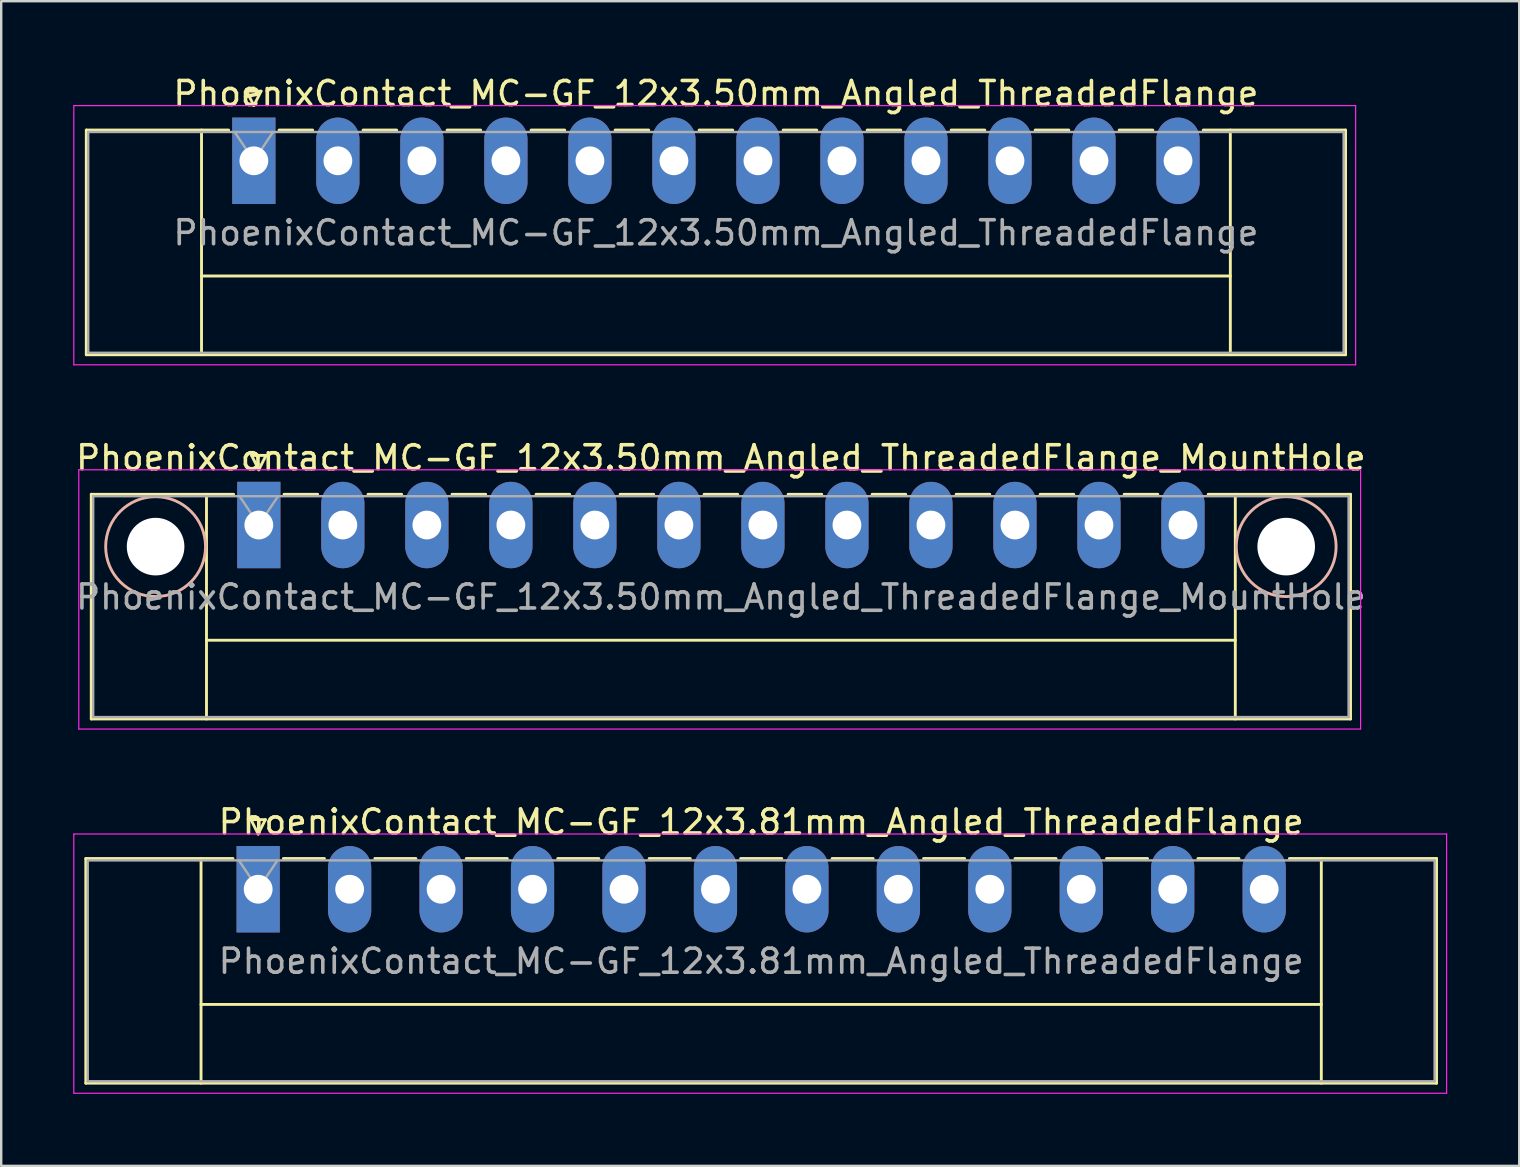
<source format=kicad_pcb>
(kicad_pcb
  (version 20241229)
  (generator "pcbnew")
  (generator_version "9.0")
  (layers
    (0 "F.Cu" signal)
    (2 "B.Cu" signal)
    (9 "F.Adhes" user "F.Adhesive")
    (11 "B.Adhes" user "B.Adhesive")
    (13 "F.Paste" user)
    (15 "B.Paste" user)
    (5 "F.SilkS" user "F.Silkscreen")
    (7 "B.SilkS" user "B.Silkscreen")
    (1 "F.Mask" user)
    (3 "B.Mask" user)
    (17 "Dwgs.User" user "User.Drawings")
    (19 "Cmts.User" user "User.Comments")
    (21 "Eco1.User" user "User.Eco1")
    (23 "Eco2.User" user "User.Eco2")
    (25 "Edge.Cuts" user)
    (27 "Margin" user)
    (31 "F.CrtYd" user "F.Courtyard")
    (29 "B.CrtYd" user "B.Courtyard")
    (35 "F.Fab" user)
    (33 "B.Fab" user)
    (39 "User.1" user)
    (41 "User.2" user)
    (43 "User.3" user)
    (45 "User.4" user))
  (footprint "PhoenixContact_MC-GF_12x3.81mm_Angled_ThreadedFlange"
    (layer "F.Cu")
    (at 7.705 33.995)
    (property "Reference" "PhoenixContact_MC-GF_12x3.81mm_Angled_ThreadedFlange" (at 20.955 -2.8 0) (layer "F.SilkS") (effects (font (size 1 1) (thickness 0.15))))
    (attr through_hole)
    (fp_line (start -7.18 -1.28) (end -7.18 8.08) (stroke (width 0.12) (type solid)) (layer "F.SilkS"))
    (fp_line (start -7.18 -1.28) (end -1.05 -1.28) (stroke (width 0.12) (type solid)) (layer "F.SilkS"))
    (fp_line (start -7.18 8.08) (end 49.09 8.08) (stroke (width 0.12) (type solid)) (layer "F.SilkS"))
    (fp_line (start -2.38 -1.28) (end -2.38 8.08) (stroke (width 0.12) (type solid)) (layer "F.SilkS"))
    (fp_line (start -2.38 4.8) (end 44.29 4.8) (stroke (width 0.12) (type solid)) (layer "F.SilkS"))
    (fp_line (start -0.3 -2.9) (end 0.3 -2.9) (stroke (width 0.12) (type solid)) (layer "F.SilkS"))
    (fp_line (start 0 -2.3) (end -0.3 -2.9) (stroke (width 0.12) (type solid)) (layer "F.SilkS"))
    (fp_line (start 0.3 -2.9) (end 0 -2.3) (stroke (width 0.12) (type solid)) (layer "F.SilkS"))
    (fp_line (start 1.05 -1.28) (end 2.76 -1.28) (stroke (width 0.12) (type solid)) (layer "F.SilkS"))
    (fp_line (start 4.86 -1.28) (end 6.57 -1.28) (stroke (width 0.12) (type solid)) (layer "F.SilkS"))
    (fp_line (start 8.67 -1.28) (end 10.38 -1.28) (stroke (width 0.12) (type solid)) (layer "F.SilkS"))
    (fp_line (start 12.48 -1.28) (end 14.19 -1.28) (stroke (width 0.12) (type solid)) (layer "F.SilkS"))
    (fp_line (start 16.29 -1.28) (end 18 -1.28) (stroke (width 0.12) (type solid)) (layer "F.SilkS"))
    (fp_line (start 20.1 -1.28) (end 21.81 -1.28) (stroke (width 0.12) (type solid)) (layer "F.SilkS"))
    (fp_line (start 23.91 -1.28) (end 25.62 -1.28) (stroke (width 0.12) (type solid)) (layer "F.SilkS"))
    (fp_line (start 27.72 -1.28) (end 29.43 -1.28) (stroke (width 0.12) (type solid)) (layer "F.SilkS"))
    (fp_line (start 31.53 -1.28) (end 33.24 -1.28) (stroke (width 0.12) (type solid)) (layer "F.SilkS"))
    (fp_line (start 35.34 -1.28) (end 37.05 -1.28) (stroke (width 0.12) (type solid)) (layer "F.SilkS"))
    (fp_line (start 39.15 -1.28) (end 40.86 -1.28) (stroke (width 0.12) (type solid)) (layer "F.SilkS"))
    (fp_line (start 44.29 -1.28) (end 44.29 8.08) (stroke (width 0.12) (type solid)) (layer "F.SilkS"))
    (fp_line (start 49.09 -1.28) (end 42.96 -1.28) (stroke (width 0.12) (type solid)) (layer "F.SilkS"))
    (fp_line (start 49.09 8.08) (end 49.09 -1.28) (stroke (width 0.12) (type solid)) (layer "F.SilkS"))
    (fp_line (start -7.68 -2.3) (end -7.68 8.5) (stroke (width 0.05) (type solid)) (layer "F.CrtYd"))
    (fp_line (start -7.68 8.5) (end 49.51 8.5) (stroke (width 0.05) (type solid)) (layer "F.CrtYd"))
    (fp_line (start 49.51 -2.3) (end -7.68 -2.3) (stroke (width 0.05) (type solid)) (layer "F.CrtYd"))
    (fp_line (start 49.51 8.5) (end 49.51 -2.3) (stroke (width 0.05) (type solid)) (layer "F.CrtYd"))
    (fp_line (start -7.1 -1.2) (end -7.1 8) (stroke (width 0.1) (type solid)) (layer "F.Fab"))
    (fp_line (start -7.1 8) (end 49.01 8) (stroke (width 0.1) (type solid)) (layer "F.Fab"))
    (fp_line (start 0 0) (end -0.8 -1.2) (stroke (width 0.1) (type solid)) (layer "F.Fab"))
    (fp_line (start 0.8 -1.2) (end 0 0) (stroke (width 0.1) (type solid)) (layer "F.Fab"))
    (fp_line (start 49.01 -1.2) (end -7.1 -1.2) (stroke (width 0.1) (type solid)) (layer "F.Fab"))
    (fp_line (start 49.01 8) (end 49.01 -1.2) (stroke (width 0.1) (type solid)) (layer "F.Fab"))
    (fp_text user "${REFERENCE}" (at 20.955 3 0) (layer "F.Fab") (effects (font (size 1 1) (thickness 0.15))))
    (pad "1" thru_hole rect (at 0 0) (size 1.8 3.6) (drill 1.2) (layers "*.Cu" "*.Mask"))
    (pad "2" thru_hole oval (at 3.81 0) (size 1.8 3.6) (drill 1.2) (layers "*.Cu" "*.Mask"))
    (pad "3" thru_hole oval (at 7.62 0) (size 1.8 3.6) (drill 1.2) (layers "*.Cu" "*.Mask"))
    (pad "4" thru_hole oval (at 11.43 0) (size 1.8 3.6) (drill 1.2) (layers "*.Cu" "*.Mask"))
    (pad "5" thru_hole oval (at 15.24 0) (size 1.8 3.6) (drill 1.2) (layers "*.Cu" "*.Mask"))
    (pad "6" thru_hole oval (at 19.05 0) (size 1.8 3.6) (drill 1.2) (layers "*.Cu" "*.Mask"))
    (pad "7" thru_hole oval (at 22.86 0) (size 1.8 3.6) (drill 1.2) (layers "*.Cu" "*.Mask"))
    (pad "8" thru_hole oval (at 26.67 0) (size 1.8 3.6) (drill 1.2) (layers "*.Cu" "*.Mask"))
    (pad "9" thru_hole oval (at 30.48 0) (size 1.8 3.6) (drill 1.2) (layers "*.Cu" "*.Mask"))
    (pad "10" thru_hole oval (at 34.29 0) (size 1.8 3.6) (drill 1.2) (layers "*.Cu" "*.Mask"))
    (pad "11" thru_hole oval (at 38.1 0) (size 1.8 3.6) (drill 1.2) (layers "*.Cu" "*.Mask"))
    (pad "12" thru_hole oval (at 41.91 0) (size 1.8 3.6) (drill 1.2) (layers "*.Cu" "*.Mask")))
  (footprint "PhoenixContact_MC-GF_12x3.50mm_Angled_ThreadedFlange"
    (layer "F.Cu")
    (at 7.525 3.648)
    (property "Reference" "PhoenixContact_MC-GF_12x3.50mm_Angled_ThreadedFlange" (at 19.25 -2.8 0) (layer "F.SilkS") (effects (font (size 1 1) (thickness 0.15))))
    (attr through_hole)
    (fp_line (start -6.98 -1.28) (end -6.98 8.08) (stroke (width 0.12) (type solid)) (layer "F.SilkS"))
    (fp_line (start -6.98 -1.28) (end -1.05 -1.28) (stroke (width 0.12) (type solid)) (layer "F.SilkS"))
    (fp_line (start -6.98 8.08) (end 45.48 8.08) (stroke (width 0.12) (type solid)) (layer "F.SilkS"))
    (fp_line (start -2.18 -1.28) (end -2.18 8.08) (stroke (width 0.12) (type solid)) (layer "F.SilkS"))
    (fp_line (start -2.18 4.8) (end 40.68 4.8) (stroke (width 0.12) (type solid)) (layer "F.SilkS"))
    (fp_line (start -0.3 -2.9) (end 0.3 -2.9) (stroke (width 0.12) (type solid)) (layer "F.SilkS"))
    (fp_line (start 0 -2.3) (end -0.3 -2.9) (stroke (width 0.12) (type solid)) (layer "F.SilkS"))
    (fp_line (start 0.3 -2.9) (end 0 -2.3) (stroke (width 0.12) (type solid)) (layer "F.SilkS"))
    (fp_line (start 1.05 -1.28) (end 2.45 -1.28) (stroke (width 0.12) (type solid)) (layer "F.SilkS"))
    (fp_line (start 4.55 -1.28) (end 5.95 -1.28) (stroke (width 0.12) (type solid)) (layer "F.SilkS"))
    (fp_line (start 8.05 -1.28) (end 9.45 -1.28) (stroke (width 0.12) (type solid)) (layer "F.SilkS"))
    (fp_line (start 11.55 -1.28) (end 12.95 -1.28) (stroke (width 0.12) (type solid)) (layer "F.SilkS"))
    (fp_line (start 15.05 -1.28) (end 16.45 -1.28) (stroke (width 0.12) (type solid)) (layer "F.SilkS"))
    (fp_line (start 18.55 -1.28) (end 19.95 -1.28) (stroke (width 0.12) (type solid)) (layer "F.SilkS"))
    (fp_line (start 22.05 -1.28) (end 23.45 -1.28) (stroke (width 0.12) (type solid)) (layer "F.SilkS"))
    (fp_line (start 25.55 -1.28) (end 26.95 -1.28) (stroke (width 0.12) (type solid)) (layer "F.SilkS"))
    (fp_line (start 29.05 -1.28) (end 30.45 -1.28) (stroke (width 0.12) (type solid)) (layer "F.SilkS"))
    (fp_line (start 32.55 -1.28) (end 33.95 -1.28) (stroke (width 0.12) (type solid)) (layer "F.SilkS"))
    (fp_line (start 36.05 -1.28) (end 37.45 -1.28) (stroke (width 0.12) (type solid)) (layer "F.SilkS"))
    (fp_line (start 40.68 -1.28) (end 40.68 8.08) (stroke (width 0.12) (type solid)) (layer "F.SilkS"))
    (fp_line (start 45.48 -1.28) (end 39.55 -1.28) (stroke (width 0.12) (type solid)) (layer "F.SilkS"))
    (fp_line (start 45.48 8.08) (end 45.48 -1.28) (stroke (width 0.12) (type solid)) (layer "F.SilkS"))
    (fp_line (start -7.5 -2.3) (end -7.5 8.5) (stroke (width 0.05) (type solid)) (layer "F.CrtYd"))
    (fp_line (start -7.5 8.5) (end 45.9 8.5) (stroke (width 0.05) (type solid)) (layer "F.CrtYd"))
    (fp_line (start 45.9 -2.3) (end -7.5 -2.3) (stroke (width 0.05) (type solid)) (layer "F.CrtYd"))
    (fp_line (start 45.9 8.5) (end 45.9 -2.3) (stroke (width 0.05) (type solid)) (layer "F.CrtYd"))
    (fp_line (start -6.9 -1.2) (end -6.9 8) (stroke (width 0.1) (type solid)) (layer "F.Fab"))
    (fp_line (start -6.9 8) (end 45.4 8) (stroke (width 0.1) (type solid)) (layer "F.Fab"))
    (fp_line (start 0 0) (end -0.8 -1.2) (stroke (width 0.1) (type solid)) (layer "F.Fab"))
    (fp_line (start 0.8 -1.2) (end 0 0) (stroke (width 0.1) (type solid)) (layer "F.Fab"))
    (fp_line (start 45.4 -1.2) (end -6.9 -1.2) (stroke (width 0.1) (type solid)) (layer "F.Fab"))
    (fp_line (start 45.4 8) (end 45.4 -1.2) (stroke (width 0.1) (type solid)) (layer "F.Fab"))
    (fp_text user "${REFERENCE}" (at 19.25 3 0) (layer "F.Fab") (effects (font (size 1 1) (thickness 0.15))))
    (pad "1" thru_hole rect (at 0 0) (size 1.8 3.6) (drill 1.2) (layers "*.Cu" "*.Mask"))
    (pad "2" thru_hole oval (at 3.5 0) (size 1.8 3.6) (drill 1.2) (layers "*.Cu" "*.Mask"))
    (pad "3" thru_hole oval (at 7 0) (size 1.8 3.6) (drill 1.2) (layers "*.Cu" "*.Mask"))
    (pad "4" thru_hole oval (at 10.5 0) (size 1.8 3.6) (drill 1.2) (layers "*.Cu" "*.Mask"))
    (pad "5" thru_hole oval (at 14 0) (size 1.8 3.6) (drill 1.2) (layers "*.Cu" "*.Mask"))
    (pad "6" thru_hole oval (at 17.5 0) (size 1.8 3.6) (drill 1.2) (layers "*.Cu" "*.Mask"))
    (pad "7" thru_hole oval (at 21 0) (size 1.8 3.6) (drill 1.2) (layers "*.Cu" "*.Mask"))
    (pad "8" thru_hole oval (at 24.5 0) (size 1.8 3.6) (drill 1.2) (layers "*.Cu" "*.Mask"))
    (pad "9" thru_hole oval (at 28 0) (size 1.8 3.6) (drill 1.2) (layers "*.Cu" "*.Mask"))
    (pad "10" thru_hole oval (at 31.5 0) (size 1.8 3.6) (drill 1.2) (layers "*.Cu" "*.Mask"))
    (pad "11" thru_hole oval (at 35 0) (size 1.8 3.6) (drill 1.2) (layers "*.Cu" "*.Mask"))
    (pad "12" thru_hole oval (at 38.5 0) (size 1.8 3.6) (drill 1.2) (layers "*.Cu" "*.Mask")))
  (footprint "PhoenixContact_MC-GF_12x3.50mm_Angled_ThreadedFlange_MountHole"
    (layer "F.Cu")
    (at 7.732 18.822)
    (property "Reference" "PhoenixContact_MC-GF_12x3.50mm_Angled_ThreadedFlange_MountHole" (at 19.25 -2.8 0) (layer "F.SilkS") (effects (font (size 1 1) (thickness 0.15))))
    (attr through_hole)
    (fp_line (start -6.98 -1.28) (end -6.98 8.08) (stroke (width 0.12) (type solid)) (layer "F.SilkS"))
    (fp_line (start -6.98 -1.28) (end -1.05 -1.28) (stroke (width 0.12) (type solid)) (layer "F.SilkS"))
    (fp_line (start -6.98 8.08) (end 45.48 8.08) (stroke (width 0.12) (type solid)) (layer "F.SilkS"))
    (fp_line (start -2.18 -1.28) (end -2.18 8.08) (stroke (width 0.12) (type solid)) (layer "F.SilkS"))
    (fp_line (start -2.18 4.8) (end 40.68 4.8) (stroke (width 0.12) (type solid)) (layer "F.SilkS"))
    (fp_line (start -0.3 -2.9) (end 0.3 -2.9) (stroke (width 0.12) (type solid)) (layer "F.SilkS"))
    (fp_line (start 0 -2.3) (end -0.3 -2.9) (stroke (width 0.12) (type solid)) (layer "F.SilkS"))
    (fp_line (start 0.3 -2.9) (end 0 -2.3) (stroke (width 0.12) (type solid)) (layer "F.SilkS"))
    (fp_line (start 1.05 -1.28) (end 2.45 -1.28) (stroke (width 0.12) (type solid)) (layer "F.SilkS"))
    (fp_line (start 4.55 -1.28) (end 5.95 -1.28) (stroke (width 0.12) (type solid)) (layer "F.SilkS"))
    (fp_line (start 8.05 -1.28) (end 9.45 -1.28) (stroke (width 0.12) (type solid)) (layer "F.SilkS"))
    (fp_line (start 11.55 -1.28) (end 12.95 -1.28) (stroke (width 0.12) (type solid)) (layer "F.SilkS"))
    (fp_line (start 15.05 -1.28) (end 16.45 -1.28) (stroke (width 0.12) (type solid)) (layer "F.SilkS"))
    (fp_line (start 18.55 -1.28) (end 19.95 -1.28) (stroke (width 0.12) (type solid)) (layer "F.SilkS"))
    (fp_line (start 22.05 -1.28) (end 23.45 -1.28) (stroke (width 0.12) (type solid)) (layer "F.SilkS"))
    (fp_line (start 25.55 -1.28) (end 26.95 -1.28) (stroke (width 0.12) (type solid)) (layer "F.SilkS"))
    (fp_line (start 29.05 -1.28) (end 30.45 -1.28) (stroke (width 0.12) (type solid)) (layer "F.SilkS"))
    (fp_line (start 32.55 -1.28) (end 33.95 -1.28) (stroke (width 0.12) (type solid)) (layer "F.SilkS"))
    (fp_line (start 36.05 -1.28) (end 37.45 -1.28) (stroke (width 0.12) (type solid)) (layer "F.SilkS"))
    (fp_line (start 40.68 -1.28) (end 40.68 8.08) (stroke (width 0.12) (type solid)) (layer "F.SilkS"))
    (fp_line (start 45.48 -1.28) (end 39.55 -1.28) (stroke (width 0.12) (type solid)) (layer "F.SilkS"))
    (fp_line (start 45.48 8.08) (end 45.48 -1.28) (stroke (width 0.12) (type solid)) (layer "F.SilkS"))
    (fp_circle (center -4.3 0.9) (end -2.22 0.9) (stroke (width 0.12) (type solid)) (fill no) (layer "B.SilkS"))
    (fp_circle (center 42.8 0.9) (end 44.88 0.9) (stroke (width 0.12) (type solid)) (fill no) (layer "B.SilkS"))
    (fp_line (start -7.5 -2.3) (end -7.5 8.5) (stroke (width 0.05) (type solid)) (layer "F.CrtYd"))
    (fp_line (start -7.5 8.5) (end 45.9 8.5) (stroke (width 0.05) (type solid)) (layer "F.CrtYd"))
    (fp_line (start 45.9 -2.3) (end -7.5 -2.3) (stroke (width 0.05) (type solid)) (layer "F.CrtYd"))
    (fp_line (start 45.9 8.5) (end 45.9 -2.3) (stroke (width 0.05) (type solid)) (layer "F.CrtYd"))
    (fp_line (start -6.9 -1.2) (end -6.9 8) (stroke (width 0.1) (type solid)) (layer "F.Fab"))
    (fp_line (start -6.9 8) (end 45.4 8) (stroke (width 0.1) (type solid)) (layer "F.Fab"))
    (fp_line (start 0 0) (end -0.8 -1.2) (stroke (width 0.1) (type solid)) (layer "F.Fab"))
    (fp_line (start 0.8 -1.2) (end 0 0) (stroke (width 0.1) (type solid)) (layer "F.Fab"))
    (fp_line (start 45.4 -1.2) (end -6.9 -1.2) (stroke (width 0.1) (type solid)) (layer "F.Fab"))
    (fp_line (start 45.4 8) (end 45.4 -1.2) (stroke (width 0.1) (type solid)) (layer "F.Fab"))
    (fp_text user "${REFERENCE}" (at 19.25 3 0) (layer "F.Fab") (effects (font (size 1 1) (thickness 0.15))))
    (pad "" np_thru_hole circle (at -4.3 0.9) (size 2.4 2.4) (drill 2.4) (layers "*.Cu" "*.Mask"))
    (pad "" np_thru_hole circle (at 42.8 0.9) (size 2.4 2.4) (drill 2.4) (layers "*.Cu" "*.Mask"))
    (pad "1" thru_hole rect (at 0 0) (size 1.8 3.6) (drill 1.2) (layers "*.Cu" "*.Mask"))
    (pad "2" thru_hole oval (at 3.5 0) (size 1.8 3.6) (drill 1.2) (layers "*.Cu" "*.Mask"))
    (pad "3" thru_hole oval (at 7 0) (size 1.8 3.6) (drill 1.2) (layers "*.Cu" "*.Mask"))
    (pad "4" thru_hole oval (at 10.5 0) (size 1.8 3.6) (drill 1.2) (layers "*.Cu" "*.Mask"))
    (pad "5" thru_hole oval (at 14 0) (size 1.8 3.6) (drill 1.2) (layers "*.Cu" "*.Mask"))
    (pad "6" thru_hole oval (at 17.5 0) (size 1.8 3.6) (drill 1.2) (layers "*.Cu" "*.Mask"))
    (pad "7" thru_hole oval (at 21 0) (size 1.8 3.6) (drill 1.2) (layers "*.Cu" "*.Mask"))
    (pad "8" thru_hole oval (at 24.5 0) (size 1.8 3.6) (drill 1.2) (layers "*.Cu" "*.Mask"))
    (pad "9" thru_hole oval (at 28 0) (size 1.8 3.6) (drill 1.2) (layers "*.Cu" "*.Mask"))
    (pad "10" thru_hole oval (at 31.5 0) (size 1.8 3.6) (drill 1.2) (layers "*.Cu" "*.Mask"))
    (pad "11" thru_hole oval (at 35 0) (size 1.8 3.6) (drill 1.2) (layers "*.Cu" "*.Mask"))
    (pad "12" thru_hole oval (at 38.5 0) (size 1.8 3.6) (drill 1.2) (layers "*.Cu" "*.Mask")))
  (gr_rect
    (start -3 -3)
    (end 60.24 45.52)
    (stroke (width 0.1) (type default))
    (fill no)
    (layer "Edge.Cuts")))
</source>
